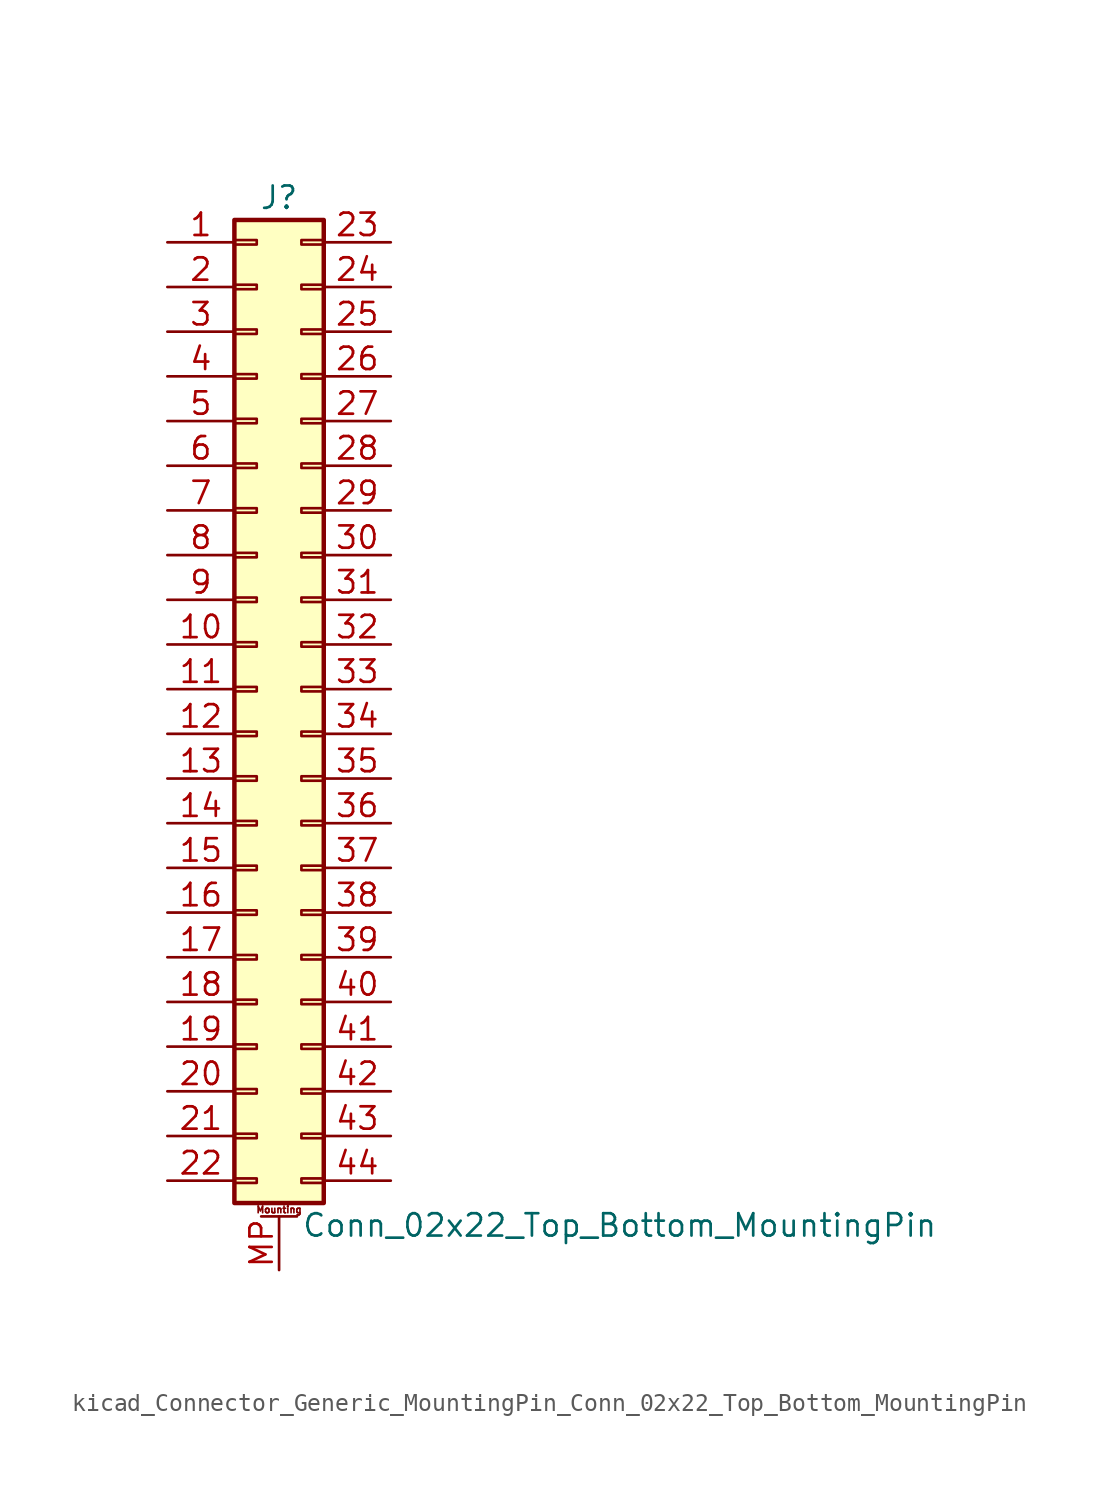
<source format=kicad_sym>
(kicad_symbol_lib
  (version 20220914)
  (generator kicad_symbol_editor)
  (symbol "kicad_Connector_Generic_MountingPin_Conn_02x22_Top_Bottom_MountingPin"
    (pin_names
      (offset 1.016) hide)
    (property "Reference" "J"
      (at 1.27 27.94 0)
      (effects (font (size 1.27 1.27))))
    (property "Value" "Conn_02x22_Top_Bottom_MountingPin"
      (at 2.54 -30.48 0)
      (effects (font (size 1.27 1.27)) (justify left)))
    (symbol "kicad_Connector_Generic_MountingPin_Conn_02x22_Top_Bottom_MountingPin_1_1"
      (rectangle (start -1.27 -27.813) (end 0 -28.067) (stroke (width 0.152) (type default)) (fill (type none)))
      (rectangle (start -1.27 -25.273) (end 0 -25.527) (stroke (width 0.152) (type default)) (fill (type none)))
      (rectangle (start -1.27 -22.733) (end 0 -22.987) (stroke (width 0.152) (type default)) (fill (type none)))
      (rectangle (start -1.27 -20.193) (end 0 -20.447) (stroke (width 0.152) (type default)) (fill (type none)))
      (rectangle (start -1.27 -17.653) (end 0 -17.907) (stroke (width 0.152) (type default)) (fill (type none)))
      (rectangle (start -1.27 -15.113) (end 0 -15.367) (stroke (width 0.152) (type default)) (fill (type none)))
      (rectangle (start -1.27 -12.573) (end 0 -12.827) (stroke (width 0.152) (type default)) (fill (type none)))
      (rectangle (start -1.27 -10.033) (end 0 -10.287) (stroke (width 0.152) (type default)) (fill (type none)))
      (rectangle (start -1.27 -7.493) (end 0 -7.747) (stroke (width 0.152) (type default)) (fill (type none)))
      (rectangle (start -1.27 -4.953) (end 0 -5.207) (stroke (width 0.152) (type default)) (fill (type none)))
      (rectangle (start -1.27 -2.413) (end 0 -2.667) (stroke (width 0.152) (type default)) (fill (type none)))
      (rectangle (start -1.27 0.127) (end 0 -0.127) (stroke (width 0.152) (type default)) (fill (type none)))
      (rectangle (start -1.27 2.667) (end 0 2.413) (stroke (width 0.152) (type default)) (fill (type none)))
      (rectangle (start -1.27 5.207) (end 0 4.953) (stroke (width 0.152) (type default)) (fill (type none)))
      (rectangle (start -1.27 7.747) (end 0 7.493) (stroke (width 0.152) (type default)) (fill (type none)))
      (rectangle (start -1.27 10.287) (end 0 10.033) (stroke (width 0.152) (type default)) (fill (type none)))
      (rectangle (start -1.27 12.827) (end 0 12.573) (stroke (width 0.152) (type default)) (fill (type none)))
      (rectangle (start -1.27 15.367) (end 0 15.113) (stroke (width 0.152) (type default)) (fill (type none)))
      (rectangle (start -1.27 17.907) (end 0 17.653) (stroke (width 0.152) (type default)) (fill (type none)))
      (rectangle (start -1.27 20.447) (end 0 20.193) (stroke (width 0.152) (type default)) (fill (type none)))
      (rectangle (start -1.27 22.987) (end 0 22.733) (stroke (width 0.152) (type default)) (fill (type none)))
      (rectangle (start -1.27 25.527) (end 0 25.273) (stroke (width 0.152) (type default)) (fill (type none)))
      (rectangle (start -1.27 26.67) (end 3.81 -29.21) (stroke (width 0.254) (type default)) (fill (type background)))
      (polyline (pts (xy 0.254 -29.972) (xy 2.286 -29.972)) (stroke (width 0.152) (type default)) (fill (type none)))
      (rectangle (start 3.81 -27.813) (end 2.54 -28.067) (stroke (width 0.152) (type default)) (fill (type none)))
      (rectangle (start 3.81 -25.273) (end 2.54 -25.527) (stroke (width 0.152) (type default)) (fill (type none)))
      (rectangle (start 3.81 -22.733) (end 2.54 -22.987) (stroke (width 0.152) (type default)) (fill (type none)))
      (rectangle (start 3.81 -20.193) (end 2.54 -20.447) (stroke (width 0.152) (type default)) (fill (type none)))
      (rectangle (start 3.81 -17.653) (end 2.54 -17.907) (stroke (width 0.152) (type default)) (fill (type none)))
      (rectangle (start 3.81 -15.113) (end 2.54 -15.367) (stroke (width 0.152) (type default)) (fill (type none)))
      (rectangle (start 3.81 -12.573) (end 2.54 -12.827) (stroke (width 0.152) (type default)) (fill (type none)))
      (rectangle (start 3.81 -10.033) (end 2.54 -10.287) (stroke (width 0.152) (type default)) (fill (type none)))
      (rectangle (start 3.81 -7.493) (end 2.54 -7.747) (stroke (width 0.152) (type default)) (fill (type none)))
      (rectangle (start 3.81 -4.953) (end 2.54 -5.207) (stroke (width 0.152) (type default)) (fill (type none)))
      (rectangle (start 3.81 -2.413) (end 2.54 -2.667) (stroke (width 0.152) (type default)) (fill (type none)))
      (rectangle (start 3.81 0.127) (end 2.54 -0.127) (stroke (width 0.152) (type default)) (fill (type none)))
      (rectangle (start 3.81 2.667) (end 2.54 2.413) (stroke (width 0.152) (type default)) (fill (type none)))
      (rectangle (start 3.81 5.207) (end 2.54 4.953) (stroke (width 0.152) (type default)) (fill (type none)))
      (rectangle (start 3.81 7.747) (end 2.54 7.493) (stroke (width 0.152) (type default)) (fill (type none)))
      (rectangle (start 3.81 10.287) (end 2.54 10.033) (stroke (width 0.152) (type default)) (fill (type none)))
      (rectangle (start 3.81 12.827) (end 2.54 12.573) (stroke (width 0.152) (type default)) (fill (type none)))
      (rectangle (start 3.81 15.367) (end 2.54 15.113) (stroke (width 0.152) (type default)) (fill (type none)))
      (rectangle (start 3.81 17.907) (end 2.54 17.653) (stroke (width 0.152) (type default)) (fill (type none)))
      (rectangle (start 3.81 20.447) (end 2.54 20.193) (stroke (width 0.152) (type default)) (fill (type none)))
      (rectangle (start 3.81 22.987) (end 2.54 22.733) (stroke (width 0.152) (type default)) (fill (type none)))
      (rectangle (start 3.81 25.527) (end 2.54 25.273) (stroke (width 0.152) (type default)) (fill (type none)))
      (text "Mounting" (at 1.27 -29.591 0) (effects (font (size 0.381 0.381))))
      (pin passive line (at -5.08 25.4 0) (length 3.81) (name "Pin_1" (effects (font (size 1.27 1.27)))) (number "1" (effects (font (size 1.27 1.27)))))
      (pin passive line (at -5.08 2.54 0) (length 3.81) (name "Pin_10" (effects (font (size 1.27 1.27)))) (number "10" (effects (font (size 1.27 1.27)))))
      (pin passive line (at -5.08 0 0) (length 3.81) (name "Pin_11" (effects (font (size 1.27 1.27)))) (number "11" (effects (font (size 1.27 1.27)))))
      (pin passive line (at -5.08 -2.54 0) (length 3.81) (name "Pin_12" (effects (font (size 1.27 1.27)))) (number "12" (effects (font (size 1.27 1.27)))))
      (pin passive line (at -5.08 -5.08 0) (length 3.81) (name "Pin_13" (effects (font (size 1.27 1.27)))) (number "13" (effects (font (size 1.27 1.27)))))
      (pin passive line (at -5.08 -7.62 0) (length 3.81) (name "Pin_14" (effects (font (size 1.27 1.27)))) (number "14" (effects (font (size 1.27 1.27)))))
      (pin passive line (at -5.08 -10.16 0) (length 3.81) (name "Pin_15" (effects (font (size 1.27 1.27)))) (number "15" (effects (font (size 1.27 1.27)))))
      (pin passive line (at -5.08 -12.7 0) (length 3.81) (name "Pin_16" (effects (font (size 1.27 1.27)))) (number "16" (effects (font (size 1.27 1.27)))))
      (pin passive line (at -5.08 -15.24 0) (length 3.81) (name "Pin_17" (effects (font (size 1.27 1.27)))) (number "17" (effects (font (size 1.27 1.27)))))
      (pin passive line (at -5.08 -17.78 0) (length 3.81) (name "Pin_18" (effects (font (size 1.27 1.27)))) (number "18" (effects (font (size 1.27 1.27)))))
      (pin passive line (at -5.08 -20.32 0) (length 3.81) (name "Pin_19" (effects (font (size 1.27 1.27)))) (number "19" (effects (font (size 1.27 1.27)))))
      (pin passive line (at -5.08 22.86 0) (length 3.81) (name "Pin_2" (effects (font (size 1.27 1.27)))) (number "2" (effects (font (size 1.27 1.27)))))
      (pin passive line (at -5.08 -22.86 0) (length 3.81) (name "Pin_20" (effects (font (size 1.27 1.27)))) (number "20" (effects (font (size 1.27 1.27)))))
      (pin passive line (at -5.08 -25.4 0) (length 3.81) (name "Pin_21" (effects (font (size 1.27 1.27)))) (number "21" (effects (font (size 1.27 1.27)))))
      (pin passive line (at -5.08 -27.94 0) (length 3.81) (name "Pin_22" (effects (font (size 1.27 1.27)))) (number "22" (effects (font (size 1.27 1.27)))))
      (pin passive line (at 7.62 25.4 180) (length 3.81) (name "Pin_23" (effects (font (size 1.27 1.27)))) (number "23" (effects (font (size 1.27 1.27)))))
      (pin passive line (at 7.62 22.86 180) (length 3.81) (name "Pin_24" (effects (font (size 1.27 1.27)))) (number "24" (effects (font (size 1.27 1.27)))))
      (pin passive line (at 7.62 20.32 180) (length 3.81) (name "Pin_25" (effects (font (size 1.27 1.27)))) (number "25" (effects (font (size 1.27 1.27)))))
      (pin passive line (at 7.62 17.78 180) (length 3.81) (name "Pin_26" (effects (font (size 1.27 1.27)))) (number "26" (effects (font (size 1.27 1.27)))))
      (pin passive line (at 7.62 15.24 180) (length 3.81) (name "Pin_27" (effects (font (size 1.27 1.27)))) (number "27" (effects (font (size 1.27 1.27)))))
      (pin passive line (at 7.62 12.7 180) (length 3.81) (name "Pin_28" (effects (font (size 1.27 1.27)))) (number "28" (effects (font (size 1.27 1.27)))))
      (pin passive line (at 7.62 10.16 180) (length 3.81) (name "Pin_29" (effects (font (size 1.27 1.27)))) (number "29" (effects (font (size 1.27 1.27)))))
      (pin passive line (at -5.08 20.32 0) (length 3.81) (name "Pin_3" (effects (font (size 1.27 1.27)))) (number "3" (effects (font (size 1.27 1.27)))))
      (pin passive line (at 7.62 7.62 180) (length 3.81) (name "Pin_30" (effects (font (size 1.27 1.27)))) (number "30" (effects (font (size 1.27 1.27)))))
      (pin passive line (at 7.62 5.08 180) (length 3.81) (name "Pin_31" (effects (font (size 1.27 1.27)))) (number "31" (effects (font (size 1.27 1.27)))))
      (pin passive line (at 7.62 2.54 180) (length 3.81) (name "Pin_32" (effects (font (size 1.27 1.27)))) (number "32" (effects (font (size 1.27 1.27)))))
      (pin passive line (at 7.62 0 180) (length 3.81) (name "Pin_33" (effects (font (size 1.27 1.27)))) (number "33" (effects (font (size 1.27 1.27)))))
      (pin passive line (at 7.62 -2.54 180) (length 3.81) (name "Pin_34" (effects (font (size 1.27 1.27)))) (number "34" (effects (font (size 1.27 1.27)))))
      (pin passive line (at 7.62 -5.08 180) (length 3.81) (name "Pin_35" (effects (font (size 1.27 1.27)))) (number "35" (effects (font (size 1.27 1.27)))))
      (pin passive line (at 7.62 -7.62 180) (length 3.81) (name "Pin_36" (effects (font (size 1.27 1.27)))) (number "36" (effects (font (size 1.27 1.27)))))
      (pin passive line (at 7.62 -10.16 180) (length 3.81) (name "Pin_37" (effects (font (size 1.27 1.27)))) (number "37" (effects (font (size 1.27 1.27)))))
      (pin passive line (at 7.62 -12.7 180) (length 3.81) (name "Pin_38" (effects (font (size 1.27 1.27)))) (number "38" (effects (font (size 1.27 1.27)))))
      (pin passive line (at 7.62 -15.24 180) (length 3.81) (name "Pin_39" (effects (font (size 1.27 1.27)))) (number "39" (effects (font (size 1.27 1.27)))))
      (pin passive line (at -5.08 17.78 0) (length 3.81) (name "Pin_4" (effects (font (size 1.27 1.27)))) (number "4" (effects (font (size 1.27 1.27)))))
      (pin passive line (at 7.62 -17.78 180) (length 3.81) (name "Pin_40" (effects (font (size 1.27 1.27)))) (number "40" (effects (font (size 1.27 1.27)))))
      (pin passive line (at 7.62 -20.32 180) (length 3.81) (name "Pin_41" (effects (font (size 1.27 1.27)))) (number "41" (effects (font (size 1.27 1.27)))))
      (pin passive line (at 7.62 -22.86 180) (length 3.81) (name "Pin_42" (effects (font (size 1.27 1.27)))) (number "42" (effects (font (size 1.27 1.27)))))
      (pin passive line (at 7.62 -25.4 180) (length 3.81) (name "Pin_43" (effects (font (size 1.27 1.27)))) (number "43" (effects (font (size 1.27 1.27)))))
      (pin passive line (at 7.62 -27.94 180) (length 3.81) (name "Pin_44" (effects (font (size 1.27 1.27)))) (number "44" (effects (font (size 1.27 1.27)))))
      (pin passive line (at -5.08 15.24 0) (length 3.81) (name "Pin_5" (effects (font (size 1.27 1.27)))) (number "5" (effects (font (size 1.27 1.27)))))
      (pin passive line (at -5.08 12.7 0) (length 3.81) (name "Pin_6" (effects (font (size 1.27 1.27)))) (number "6" (effects (font (size 1.27 1.27)))))
      (pin passive line (at -5.08 10.16 0) (length 3.81) (name "Pin_7" (effects (font (size 1.27 1.27)))) (number "7" (effects (font (size 1.27 1.27)))))
      (pin passive line (at -5.08 7.62 0) (length 3.81) (name "Pin_8" (effects (font (size 1.27 1.27)))) (number "8" (effects (font (size 1.27 1.27)))))
      (pin passive line (at -5.08 5.08 0) (length 3.81) (name "Pin_9" (effects (font (size 1.27 1.27)))) (number "9" (effects (font (size 1.27 1.27)))))
      (pin passive line (at 1.27 -33.02 90) (length 3.048) (name "MountPin" (effects (font (size 1.27 1.27)))) (number "MP" (effects (font (size 1.27 1.27))))))))
</source>
